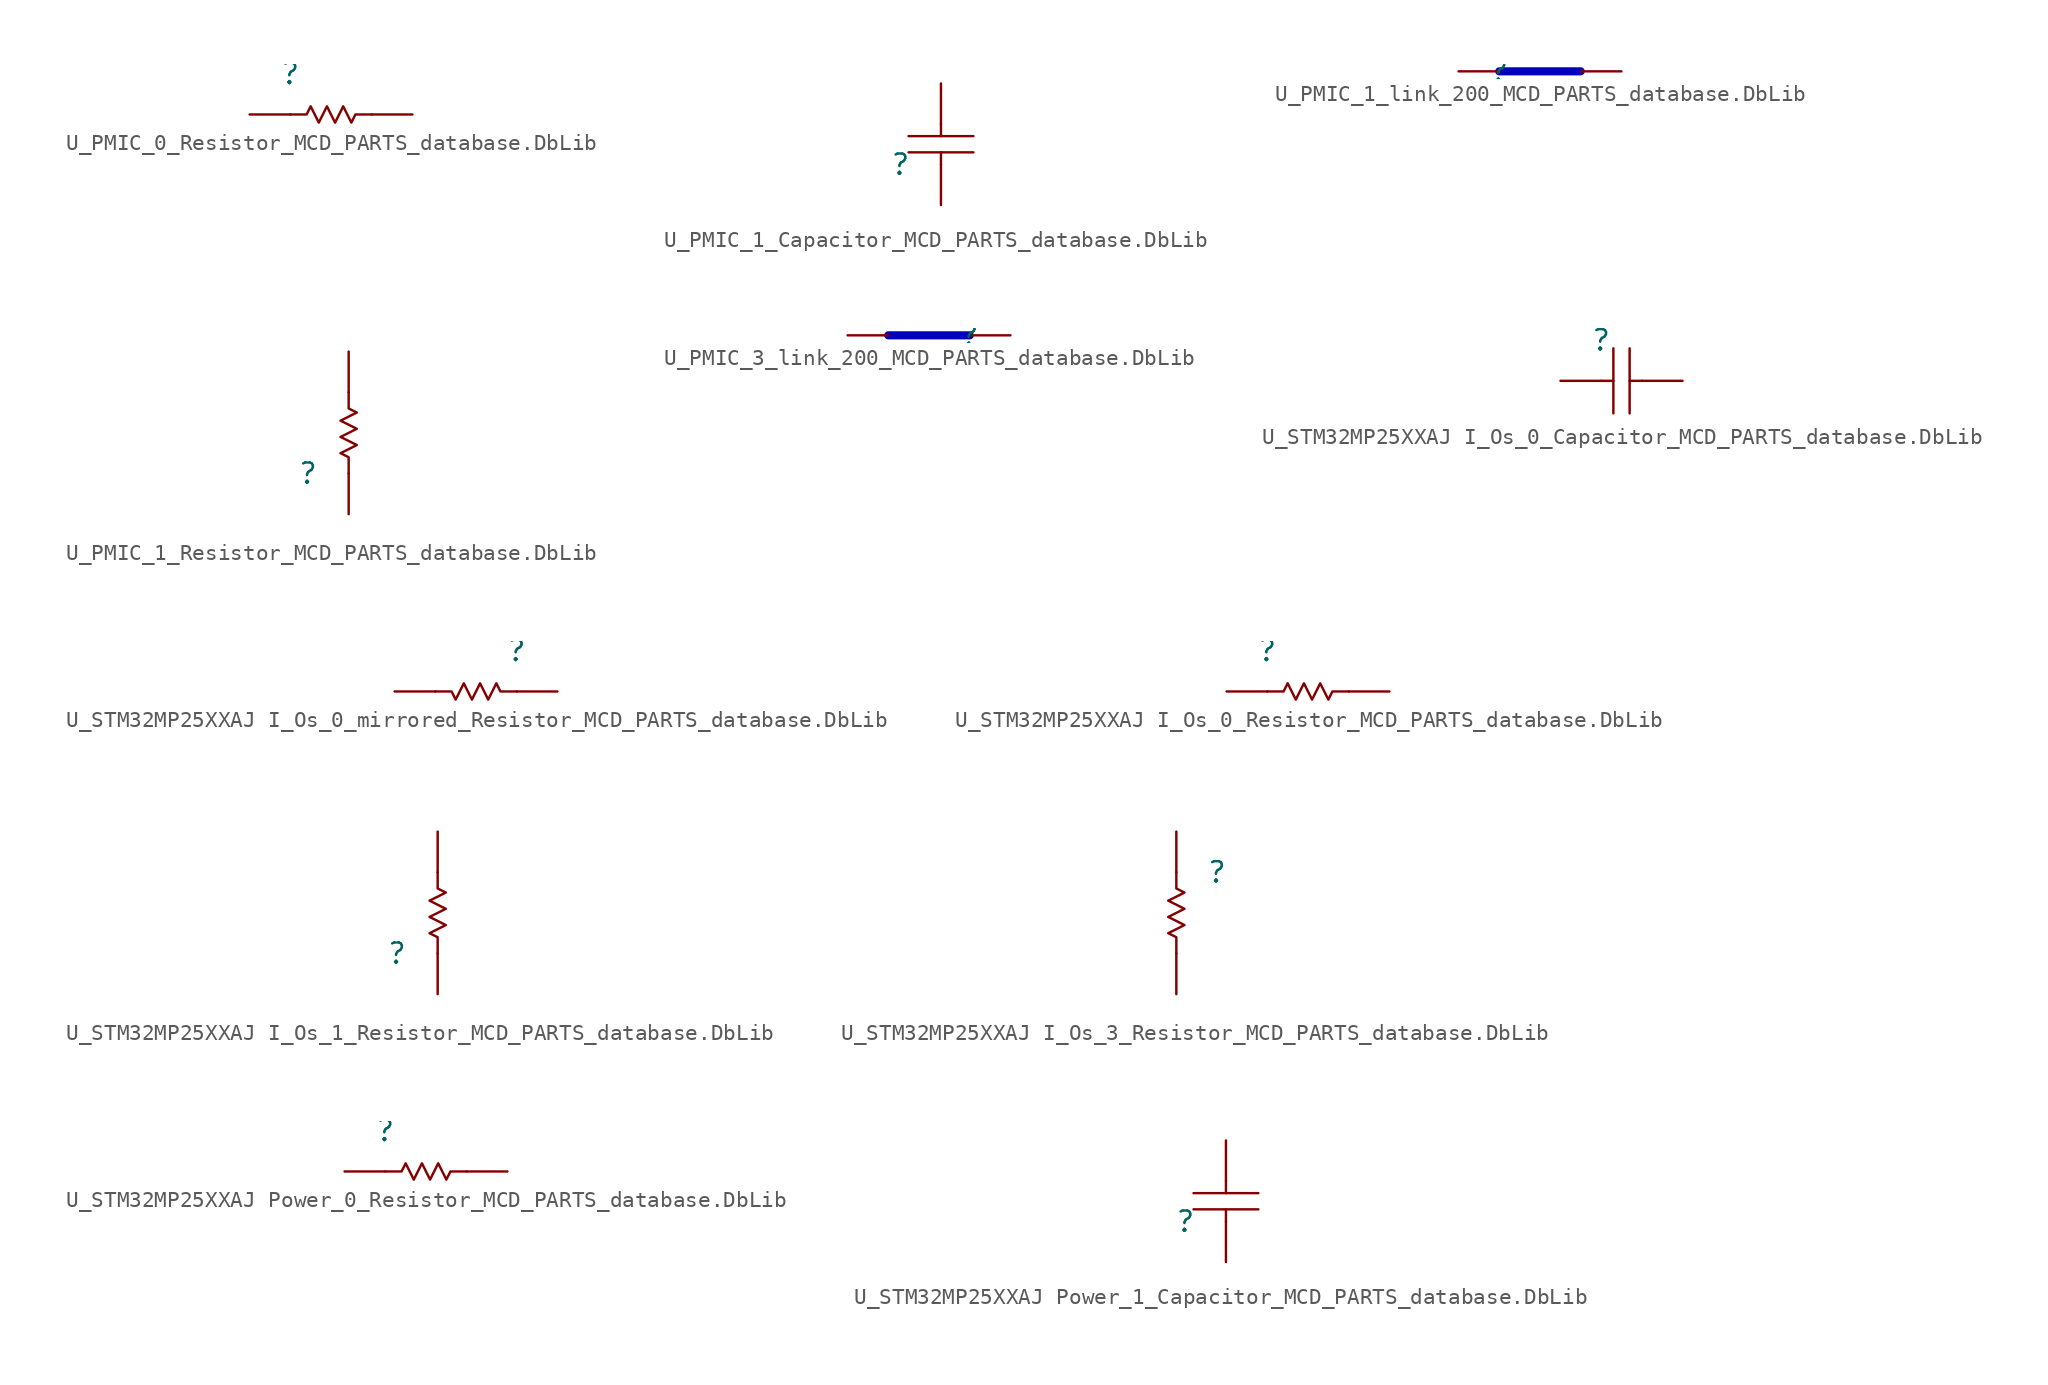
<source format=kicad_sym>
(kicad_symbol_lib
  (version 20241209)
  (generator "kicad_symbol_editor")
  (generator_version "9.0")
  (symbol "U_PMIC_0_Resistor_MCD_PARTS_database.DbLib"
    (pin_numbers
      (hide yes))
    (pin_names
      (hide yes))
    (property "Reference" ""
      (at 0 0 0)
      (effects (font (size 1.27 1.27))))
    (property "Value" ""
      (at 0 0 0)
      (effects (font (size 1.27 1.27))))
    (symbol "U_PMIC_0_Resistor_MCD_PARTS_database.DbLib_1_0"
      (polyline (pts (xy 5.08 -2.54) (xy 4.064 -2.54) (xy 3.81 -3.048) (xy 3.302 -2.032) (xy 2.794 -3.048) (xy 2.286 -2.032) (xy 1.778 -3.048) (xy 1.27 -2.032) (xy 1.016 -2.54) (xy 0 -2.54)) (stroke (width 0) (type solid)) (fill (type none)))
      (pin passive line (at -2.54 -2.54 0) (length 2.54) (name "1" (effects (font (size 1.27 1.27)))) (number "1" (effects (font (size 1.27 1.27)))))
      (pin passive line (at 7.62 -2.54 180) (length 2.54) (name "2" (effects (font (size 1.27 1.27)))) (number "2" (effects (font (size 1.27 1.27)))))))
  (symbol "U_PMIC_1_Capacitor_MCD_PARTS_database.DbLib"
    (pin_numbers
      (hide yes))
    (pin_names
      (hide yes))
    (property "Reference" ""
      (at 0 0 0)
      (effects (font (size 1.27 1.27))))
    (property "Value" ""
      (at 0 0 0)
      (effects (font (size 1.27 1.27))))
    (symbol "U_PMIC_1_Capacitor_MCD_PARTS_database.DbLib_1_0"
      (polyline (pts (xy 0.508 1.778) (xy 4.572 1.778)) (stroke (width 0) (type solid)) (fill (type none)))
      (polyline (pts (xy 2.54 2.54) (xy 2.54 1.778)) (stroke (width 0) (type solid)) (fill (type none)))
      (polyline (pts (xy 2.54 0) (xy 2.54 0.762)) (stroke (width 0) (type solid)) (fill (type none)))
      (polyline (pts (xy 4.572 0.762) (xy 0.508 0.762)) (stroke (width 0) (type solid)) (fill (type none)))
      (pin passive line (at 2.54 5.08 270) (length 2.54) (name "2" (effects (font (size 1.27 1.27)))) (number "2" (effects (font (size 1.27 1.27)))))
      (pin passive line (at 2.54 -2.54 90) (length 2.54) (name "1" (effects (font (size 1.27 1.27)))) (number "1" (effects (font (size 1.27 1.27)))))))
  (symbol "U_PMIC_1_link_200_MCD_PARTS_database.DbLib"
    (pin_numbers
      (hide yes))
    (pin_names
      (hide yes))
    (property "Reference" ""
      (at 0 0 0)
      (effects (font (size 1.27 1.27))))
    (property "Value" ""
      (at 0 0 0)
      (effects (font (size 1.27 1.27))))
    (symbol "U_PMIC_1_link_200_MCD_PARTS_database.DbLib_1_0"
      (polyline (pts (xy 0 0) (xy 5.08 0)) (stroke (width 0.508) (type solid) (color 0 0 191 1)) (fill (type none)))
      (pin passive line (at -2.54 0 0) (length 2.54) (name "2" (effects (font (size 1.27 1.27)))) (number "2" (effects (font (size 1.27 1.27)))))
      (pin passive line (at 7.62 0 180) (length 2.54) (name "1" (effects (font (size 1.27 1.27)))) (number "1" (effects (font (size 1.27 1.27)))))))
  (symbol "U_PMIC_1_Resistor_MCD_PARTS_database.DbLib"
    (pin_numbers
      (hide yes))
    (pin_names
      (hide yes))
    (property "Reference" ""
      (at 0 0 0)
      (effects (font (size 1.27 1.27))))
    (property "Value" ""
      (at 0 0 0)
      (effects (font (size 1.27 1.27))))
    (symbol "U_PMIC_1_Resistor_MCD_PARTS_database.DbLib_1_0"
      (polyline (pts (xy 2.54 5.08) (xy 2.54 4.064) (xy 3.048 3.81) (xy 2.032 3.302) (xy 3.048 2.794) (xy 2.032 2.286) (xy 3.048 1.778) (xy 2.032 1.27) (xy 2.54 1.016) (xy 2.54 0)) (stroke (width 0) (type solid)) (fill (type none)))
      (pin passive line (at 2.54 7.62 270) (length 2.54) (name "2" (effects (font (size 1.27 1.27)))) (number "2" (effects (font (size 1.27 1.27)))))
      (pin passive line (at 2.54 -2.54 90) (length 2.54) (name "1" (effects (font (size 1.27 1.27)))) (number "1" (effects (font (size 1.27 1.27)))))))
  (symbol "U_PMIC_3_link_200_MCD_PARTS_database.DbLib"
    (pin_numbers
      (hide yes))
    (pin_names
      (hide yes))
    (property "Reference" ""
      (at 0 0 0)
      (effects (font (size 1.27 1.27))))
    (property "Value" ""
      (at 0 0 0)
      (effects (font (size 1.27 1.27))))
    (symbol "U_PMIC_3_link_200_MCD_PARTS_database.DbLib_1_0"
      (polyline (pts (xy 0 0) (xy -5.08 0)) (stroke (width 0.508) (type solid) (color 0 0 191 1)) (fill (type none)))
      (pin passive line (at -7.62 0 0) (length 2.54) (name "1" (effects (font (size 1.27 1.27)))) (number "1" (effects (font (size 1.27 1.27)))))
      (pin passive line (at 2.54 0 180) (length 2.54) (name "2" (effects (font (size 1.27 1.27)))) (number "2" (effects (font (size 1.27 1.27)))))))
  (symbol "U_STM32MP25XXAJ I_Os_0_Capacitor_MCD_PARTS_database.DbLib"
    (pin_numbers
      (hide yes))
    (pin_names
      (hide yes))
    (property "Reference" ""
      (at 0 0 0)
      (effects (font (size 1.27 1.27))))
    (property "Value" ""
      (at 0 0 0)
      (effects (font (size 1.27 1.27))))
    (symbol "U_STM32MP25XXAJ I_Os_0_Capacitor_MCD_PARTS_database.DbLib_1_0"
      (polyline (pts (xy 0 -2.54) (xy 0.762 -2.54)) (stroke (width 0) (type solid)) (fill (type none)))
      (polyline (pts (xy 0.762 -4.572) (xy 0.762 -0.508)) (stroke (width 0) (type solid)) (fill (type none)))
      (polyline (pts (xy 1.778 -0.508) (xy 1.778 -4.572)) (stroke (width 0) (type solid)) (fill (type none)))
      (polyline (pts (xy 2.54 -2.54) (xy 1.778 -2.54)) (stroke (width 0) (type solid)) (fill (type none)))
      (pin passive line (at -2.54 -2.54 0) (length 2.54) (name "1" (effects (font (size 1.27 1.27)))) (number "1" (effects (font (size 1.27 1.27)))))
      (pin passive line (at 5.08 -2.54 180) (length 2.54) (name "2" (effects (font (size 1.27 1.27)))) (number "2" (effects (font (size 1.27 1.27)))))))
  (symbol "U_STM32MP25XXAJ I_Os_0_mirrored_Resistor_MCD_PARTS_database.DbLib"
    (pin_numbers
      (hide yes))
    (pin_names
      (hide yes))
    (property "Reference" ""
      (at 0 0 0)
      (effects (font (size 1.27 1.27))))
    (property "Value" ""
      (at 0 0 0)
      (effects (font (size 1.27 1.27))))
    (symbol "U_STM32MP25XXAJ I_Os_0_mirrored_Resistor_MCD_PARTS_database.DbLib_1_0"
      (polyline (pts (xy -5.08 -2.54) (xy -4.064 -2.54) (xy -3.81 -3.048) (xy -3.302 -2.032) (xy -2.794 -3.048) (xy -2.286 -2.032) (xy -1.778 -3.048) (xy -1.27 -2.032) (xy -1.016 -2.54) (xy 0 -2.54)) (stroke (width 0) (type solid)) (fill (type none)))
      (pin passive line (at -7.62 -2.54 0) (length 2.54) (name "2" (effects (font (size 1.27 1.27)))) (number "2" (effects (font (size 1.27 1.27)))))
      (pin passive line (at 2.54 -2.54 180) (length 2.54) (name "1" (effects (font (size 1.27 1.27)))) (number "1" (effects (font (size 1.27 1.27)))))))
  (symbol "U_STM32MP25XXAJ I_Os_0_Resistor_MCD_PARTS_database.DbLib"
    (pin_numbers
      (hide yes))
    (pin_names
      (hide yes))
    (property "Reference" ""
      (at 0 0 0)
      (effects (font (size 1.27 1.27))))
    (property "Value" ""
      (at 0 0 0)
      (effects (font (size 1.27 1.27))))
    (symbol "U_STM32MP25XXAJ I_Os_0_Resistor_MCD_PARTS_database.DbLib_1_0"
      (polyline (pts (xy 5.08 -2.54) (xy 4.064 -2.54) (xy 3.81 -3.048) (xy 3.302 -2.032) (xy 2.794 -3.048) (xy 2.286 -2.032) (xy 1.778 -3.048) (xy 1.27 -2.032) (xy 1.016 -2.54) (xy 0 -2.54)) (stroke (width 0) (type solid)) (fill (type none)))
      (pin passive line (at -2.54 -2.54 0) (length 2.54) (name "1" (effects (font (size 1.27 1.27)))) (number "1" (effects (font (size 1.27 1.27)))))
      (pin passive line (at 7.62 -2.54 180) (length 2.54) (name "2" (effects (font (size 1.27 1.27)))) (number "2" (effects (font (size 1.27 1.27)))))))
  (symbol "U_STM32MP25XXAJ I_Os_1_Resistor_MCD_PARTS_database.DbLib"
    (pin_numbers
      (hide yes))
    (pin_names
      (hide yes))
    (property "Reference" ""
      (at 0 0 0)
      (effects (font (size 1.27 1.27))))
    (property "Value" ""
      (at 0 0 0)
      (effects (font (size 1.27 1.27))))
    (symbol "U_STM32MP25XXAJ I_Os_1_Resistor_MCD_PARTS_database.DbLib_1_0"
      (polyline (pts (xy 2.54 5.08) (xy 2.54 4.064) (xy 3.048 3.81) (xy 2.032 3.302) (xy 3.048 2.794) (xy 2.032 2.286) (xy 3.048 1.778) (xy 2.032 1.27) (xy 2.54 1.016) (xy 2.54 0)) (stroke (width 0) (type solid)) (fill (type none)))
      (pin passive line (at 2.54 7.62 270) (length 2.54) (name "2" (effects (font (size 1.27 1.27)))) (number "2" (effects (font (size 1.27 1.27)))))
      (pin passive line (at 2.54 -2.54 90) (length 2.54) (name "1" (effects (font (size 1.27 1.27)))) (number "1" (effects (font (size 1.27 1.27)))))))
  (symbol "U_STM32MP25XXAJ I_Os_3_Resistor_MCD_PARTS_database.DbLib"
    (pin_numbers
      (hide yes))
    (pin_names
      (hide yes))
    (property "Reference" ""
      (at 0 0 0)
      (effects (font (size 1.27 1.27))))
    (property "Value" ""
      (at 0 0 0)
      (effects (font (size 1.27 1.27))))
    (symbol "U_STM32MP25XXAJ I_Os_3_Resistor_MCD_PARTS_database.DbLib_1_0"
      (polyline (pts (xy -2.54 -5.08) (xy -2.54 -4.064) (xy -3.048 -3.81) (xy -2.032 -3.302) (xy -3.048 -2.794) (xy -2.032 -2.286) (xy -3.048 -1.778) (xy -2.032 -1.27) (xy -2.54 -1.016) (xy -2.54 0)) (stroke (width 0) (type solid)) (fill (type none)))
      (pin passive line (at -2.54 2.54 270) (length 2.54) (name "1" (effects (font (size 1.27 1.27)))) (number "1" (effects (font (size 1.27 1.27)))))
      (pin passive line (at -2.54 -7.62 90) (length 2.54) (name "2" (effects (font (size 1.27 1.27)))) (number "2" (effects (font (size 1.27 1.27)))))))
  (symbol "U_STM32MP25XXAJ Power_0_Resistor_MCD_PARTS_database.DbLib"
    (pin_numbers
      (hide yes))
    (pin_names
      (hide yes))
    (property "Reference" ""
      (at 0 0 0)
      (effects (font (size 1.27 1.27))))
    (property "Value" ""
      (at 0 0 0)
      (effects (font (size 1.27 1.27))))
    (symbol "U_STM32MP25XXAJ Power_0_Resistor_MCD_PARTS_database.DbLib_1_0"
      (polyline (pts (xy 5.08 -2.54) (xy 4.064 -2.54) (xy 3.81 -3.048) (xy 3.302 -2.032) (xy 2.794 -3.048) (xy 2.286 -2.032) (xy 1.778 -3.048) (xy 1.27 -2.032) (xy 1.016 -2.54) (xy 0 -2.54)) (stroke (width 0) (type solid)) (fill (type none)))
      (pin passive line (at -2.54 -2.54 0) (length 2.54) (name "1" (effects (font (size 1.27 1.27)))) (number "1" (effects (font (size 1.27 1.27)))))
      (pin passive line (at 7.62 -2.54 180) (length 2.54) (name "2" (effects (font (size 1.27 1.27)))) (number "2" (effects (font (size 1.27 1.27)))))))
  (symbol "U_STM32MP25XXAJ Power_1_Capacitor_MCD_PARTS_database.DbLib"
    (pin_numbers
      (hide yes))
    (pin_names
      (hide yes))
    (property "Reference" ""
      (at 0 0 0)
      (effects (font (size 1.27 1.27))))
    (property "Value" ""
      (at 0 0 0)
      (effects (font (size 1.27 1.27))))
    (symbol "U_STM32MP25XXAJ Power_1_Capacitor_MCD_PARTS_database.DbLib_1_0"
      (polyline (pts (xy 0.508 1.778) (xy 4.572 1.778)) (stroke (width 0) (type solid)) (fill (type none)))
      (polyline (pts (xy 2.54 2.54) (xy 2.54 1.778)) (stroke (width 0) (type solid)) (fill (type none)))
      (polyline (pts (xy 2.54 0) (xy 2.54 0.762)) (stroke (width 0) (type solid)) (fill (type none)))
      (polyline (pts (xy 4.572 0.762) (xy 0.508 0.762)) (stroke (width 0) (type solid)) (fill (type none)))
      (pin passive line (at 2.54 5.08 270) (length 2.54) (name "2" (effects (font (size 1.27 1.27)))) (number "2" (effects (font (size 1.27 1.27)))))
      (pin passive line (at 2.54 -2.54 90) (length 2.54) (name "1" (effects (font (size 1.27 1.27)))) (number "1" (effects (font (size 1.27 1.27))))))))
</source>
